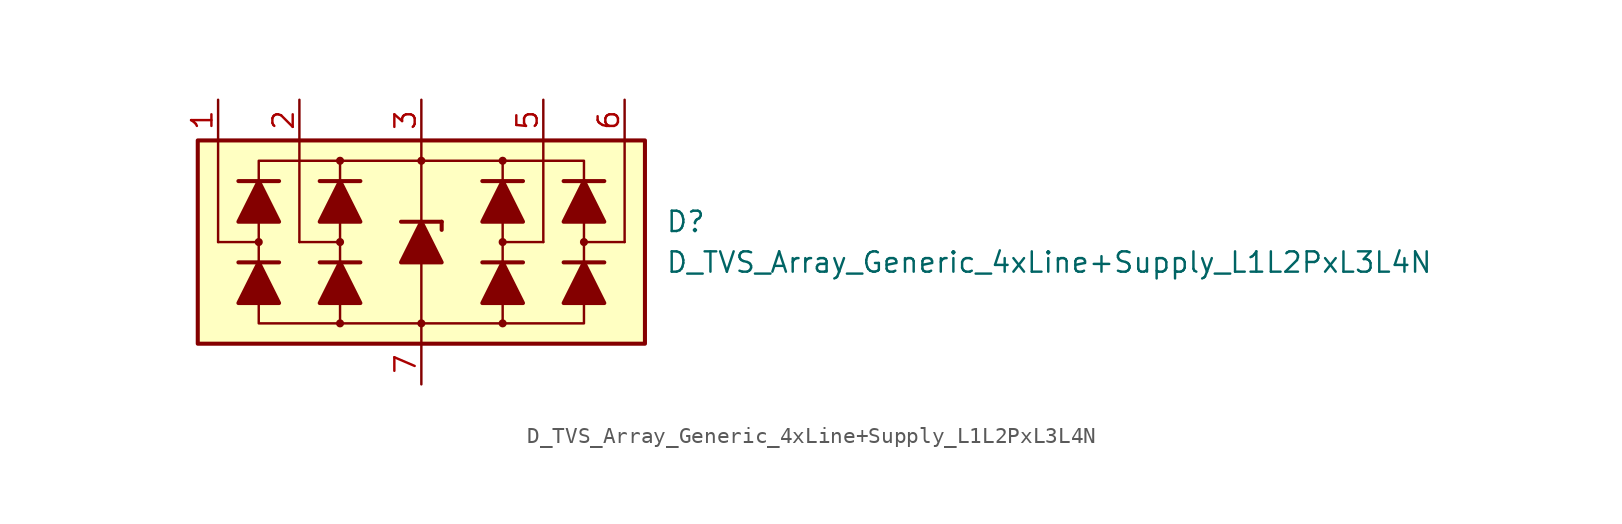
<source format=kicad_sym>
(kicad_symbol_lib
  (version 20211014)
  (generator kicad_symbol_editor)
  (symbol "D_TVS_Array_Generic_4xLine+Supply_L1L2PxL3L4N"
    (pin_names
      (offset 1.016) hide)
    (property "Reference" "D"
      (at 15.24 1.27 0)
      (effects (font (size 1.27 1.27)) (justify left)))
    (property "Value" "D_TVS_Array_Generic_4xLine+Supply_L1L2PxL3L4N"
      (at 15.24 -1.27 0)
      (effects (font (size 1.27 1.27)) (justify left)))
    (symbol "D_TVS_Array_Generic_4xLine+Supply_L1L2PxL3L4N_0_1"
      (rectangle (start -13.97 6.35) (end 13.97 -6.35) (stroke (width 0.254) (type default) (color 0 0 0 0)) (fill (type background)))
      (circle (center -5.08 0) (radius 0.178) (stroke (width 0) (type default) (color 0 0 0 0)) (fill (type outline)))
      (polyline (pts (xy -7.62 0) (xy -7.62 6.35)) (stroke (width 0) (type default) (color 0 0 0 0)) (fill (type none)))
      (polyline (pts (xy -5.08 -1.27) (xy -5.08 1.27)) (stroke (width 0) (type default) (color 0 0 0 0)) (fill (type none)))
      (polyline (pts (xy -5.08 0) (xy -7.62 0)) (stroke (width 0) (type default) (color 0 0 0 0)) (fill (type none)))
      (polyline (pts (xy 0 -5.08) (xy 0 -6.35)) (stroke (width 0) (type default) (color 0 0 0 0)) (fill (type none)))
      (polyline (pts (xy 0 -1.27) (xy 0 -5.08)) (stroke (width 0) (type default) (color 0 0 0 0)) (fill (type none)))
      (polyline (pts (xy 0 1.27) (xy 0 6.35)) (stroke (width 0) (type default) (color 0 0 0 0)) (fill (type none)))
      (polyline (pts (xy 5.08 -1.27) (xy 5.08 1.27)) (stroke (width 0) (type default) (color 0 0 0 0)) (fill (type none)))
      (polyline (pts (xy 5.08 0) (xy 7.62 0)) (stroke (width 0) (type default) (color 0 0 0 0)) (fill (type none)))
      (polyline (pts (xy 7.62 0) (xy 7.62 6.35)) (stroke (width 0) (type default) (color 0 0 0 0)) (fill (type none)))
      (polyline (pts (xy -5.08 -5.08) (xy -10.16 -5.08) (xy -10.16 5.08) (xy -5.08 5.08)) (stroke (width 0) (type default) (color 0 0 0 0)) (fill (type none)))
      (polyline (pts (xy -5.08 -3.81) (xy -5.08 -5.08) (xy 5.08 -5.08) (xy 5.08 -3.81)) (stroke (width 0) (type default) (color 0 0 0 0)) (fill (type none)))
      (polyline (pts (xy -5.08 3.81) (xy -5.08 5.08) (xy 5.08 5.08) (xy 5.08 3.81)) (stroke (width 0) (type default) (color 0 0 0 0)) (fill (type none)))
      (polyline (pts (xy 5.08 -5.08) (xy 10.16 -5.08) (xy 10.16 5.08) (xy 5.08 5.08)) (stroke (width 0) (type default) (color 0 0 0 0)) (fill (type none)))
      (circle (center 0 5.08) (radius 0.178) (stroke (width 0) (type default) (color 0 0 0 0)) (fill (type outline)))
      (circle (center 5.08 0) (radius 0.178) (stroke (width 0) (type default) (color 0 0 0 0)) (fill (type outline))))
    (symbol "D_TVS_Array_Generic_4xLine+Supply_L1L2PxL3L4N_1_1"
      (circle (center -10.16 0) (radius 0.178) (stroke (width 0) (type default) (color 0 0 0 0)) (fill (type outline)))
      (circle (center -5.08 -5.08) (radius 0.178) (stroke (width 0) (type default) (color 0 0 0 0)) (fill (type outline)))
      (circle (center -5.08 5.08) (radius 0.178) (stroke (width 0) (type default) (color 0 0 0 0)) (fill (type outline)))
      (circle (center 0 -5.08) (radius 0.178) (stroke (width 0) (type default) (color 0 0 0 0)) (fill (type outline)))
      (polyline (pts (xy -12.7 0) (xy -12.7 6.35)) (stroke (width 0) (type default) (color 0 0 0 0)) (fill (type none)))
      (polyline (pts (xy -10.16 0) (xy -12.7 0)) (stroke (width 0) (type default) (color 0 0 0 0)) (fill (type none)))
      (polyline (pts (xy -8.89 -1.27) (xy -11.43 -1.27)) (stroke (width 0.254) (type default) (color 0 0 0 0)) (fill (type none)))
      (polyline (pts (xy -8.89 3.81) (xy -11.43 3.81)) (stroke (width 0.254) (type default) (color 0 0 0 0)) (fill (type none)))
      (polyline (pts (xy -5.08 -3.81) (xy -5.08 -1.27)) (stroke (width 0) (type default) (color 0 0 0 0)) (fill (type none)))
      (polyline (pts (xy -5.08 1.27) (xy -5.08 3.81)) (stroke (width 0) (type default) (color 0 0 0 0)) (fill (type none)))
      (polyline (pts (xy -3.81 -1.27) (xy -6.35 -1.27)) (stroke (width 0.254) (type default) (color 0 0 0 0)) (fill (type none)))
      (polyline (pts (xy -3.81 3.81) (xy -6.35 3.81)) (stroke (width 0.254) (type default) (color 0 0 0 0)) (fill (type none)))
      (polyline (pts (xy -1.27 1.27) (xy 1.27 1.27)) (stroke (width 0.254) (type default) (color 0 0 0 0)) (fill (type none)))
      (polyline (pts (xy 0 -1.27) (xy 0 1.27)) (stroke (width 0) (type default) (color 0 0 0 0)) (fill (type none)))
      (polyline (pts (xy 1.27 1.27) (xy 1.27 0.762)) (stroke (width 0.254) (type default) (color 0 0 0 0)) (fill (type none)))
      (polyline (pts (xy 5.08 -3.81) (xy 5.08 -1.27)) (stroke (width 0) (type default) (color 0 0 0 0)) (fill (type none)))
      (polyline (pts (xy 5.08 1.27) (xy 5.08 3.81)) (stroke (width 0) (type default) (color 0 0 0 0)) (fill (type none)))
      (polyline (pts (xy 6.35 -1.27) (xy 3.81 -1.27)) (stroke (width 0.254) (type default) (color 0 0 0 0)) (fill (type none)))
      (polyline (pts (xy 6.35 3.81) (xy 3.81 3.81)) (stroke (width 0.254) (type default) (color 0 0 0 0)) (fill (type none)))
      (polyline (pts (xy 10.16 0) (xy 12.7 0)) (stroke (width 0) (type default) (color 0 0 0 0)) (fill (type none)))
      (polyline (pts (xy 11.43 -1.27) (xy 8.89 -1.27)) (stroke (width 0.254) (type default) (color 0 0 0 0)) (fill (type none)))
      (polyline (pts (xy 11.43 3.81) (xy 8.89 3.81)) (stroke (width 0.254) (type default) (color 0 0 0 0)) (fill (type none)))
      (polyline (pts (xy 12.7 0) (xy 12.7 6.35)) (stroke (width 0) (type default) (color 0 0 0 0)) (fill (type none)))
      (polyline (pts (xy -8.89 -3.81) (xy -11.43 -3.81) (xy -10.16 -1.27) (xy -8.89 -3.81)) (stroke (width 0.254) (type default) (color 0 0 0 0)) (fill (type outline)))
      (polyline (pts (xy -8.89 1.27) (xy -11.43 1.27) (xy -10.16 3.81) (xy -8.89 1.27)) (stroke (width 0.254) (type default) (color 0 0 0 0)) (fill (type outline)))
      (polyline (pts (xy -3.81 -3.81) (xy -6.35 -3.81) (xy -5.08 -1.27) (xy -3.81 -3.81)) (stroke (width 0.254) (type default) (color 0 0 0 0)) (fill (type outline)))
      (polyline (pts (xy -3.81 1.27) (xy -6.35 1.27) (xy -5.08 3.81) (xy -3.81 1.27)) (stroke (width 0.254) (type default) (color 0 0 0 0)) (fill (type outline)))
      (polyline (pts (xy 1.27 -1.27) (xy -1.27 -1.27) (xy 0 1.27) (xy 1.27 -1.27)) (stroke (width 0.254) (type default) (color 0 0 0 0)) (fill (type outline)))
      (polyline (pts (xy 6.35 -3.81) (xy 3.81 -3.81) (xy 5.08 -1.27) (xy 6.35 -3.81)) (stroke (width 0.254) (type default) (color 0 0 0 0)) (fill (type outline)))
      (polyline (pts (xy 6.35 1.27) (xy 3.81 1.27) (xy 5.08 3.81) (xy 6.35 1.27)) (stroke (width 0.254) (type default) (color 0 0 0 0)) (fill (type outline)))
      (polyline (pts (xy 11.43 -3.81) (xy 8.89 -3.81) (xy 10.16 -1.27) (xy 11.43 -3.81)) (stroke (width 0.254) (type default) (color 0 0 0 0)) (fill (type outline)))
      (polyline (pts (xy 11.43 1.27) (xy 8.89 1.27) (xy 10.16 3.81) (xy 11.43 1.27)) (stroke (width 0.254) (type default) (color 0 0 0 0)) (fill (type outline)))
      (circle (center 5.08 -5.08) (radius 0.178) (stroke (width 0) (type default) (color 0 0 0 0)) (fill (type outline)))
      (circle (center 5.08 5.08) (radius 0.178) (stroke (width 0) (type default) (color 0 0 0 0)) (fill (type outline)))
      (circle (center 10.16 0) (radius 0.178) (stroke (width 0) (type default) (color 0 0 0 0)) (fill (type outline)))
      (pin passive line (at -12.7 8.89 270) (length 2.54) (name "L1" (effects (font (size 1.27 1.27)))) (number "1" (effects (font (size 1.27 1.27)))))
      (pin passive line (at -7.62 8.89 270) (length 2.54) (name "L2" (effects (font (size 1.27 1.27)))) (number "2" (effects (font (size 1.27 1.27)))))
      (pin passive line (at 0 8.89 270) (length 2.54) (name "VP" (effects (font (size 1.27 1.27)))) (number "3" (effects (font (size 1.27 1.27)))))
      (pin passive line (at 7.62 8.89 270) (length 2.54) (name "L3" (effects (font (size 1.27 1.27)))) (number "5" (effects (font (size 1.27 1.27)))))
      (pin passive line (at 12.7 8.89 270) (length 2.54) (name "L4" (effects (font (size 1.27 1.27)))) (number "6" (effects (font (size 1.27 1.27)))))
      (pin passive line (at 0 -8.89 90) (length 2.54) (name "VN" (effects (font (size 1.27 1.27)))) (number "7" (effects (font (size 1.27 1.27))))))))
</source>
